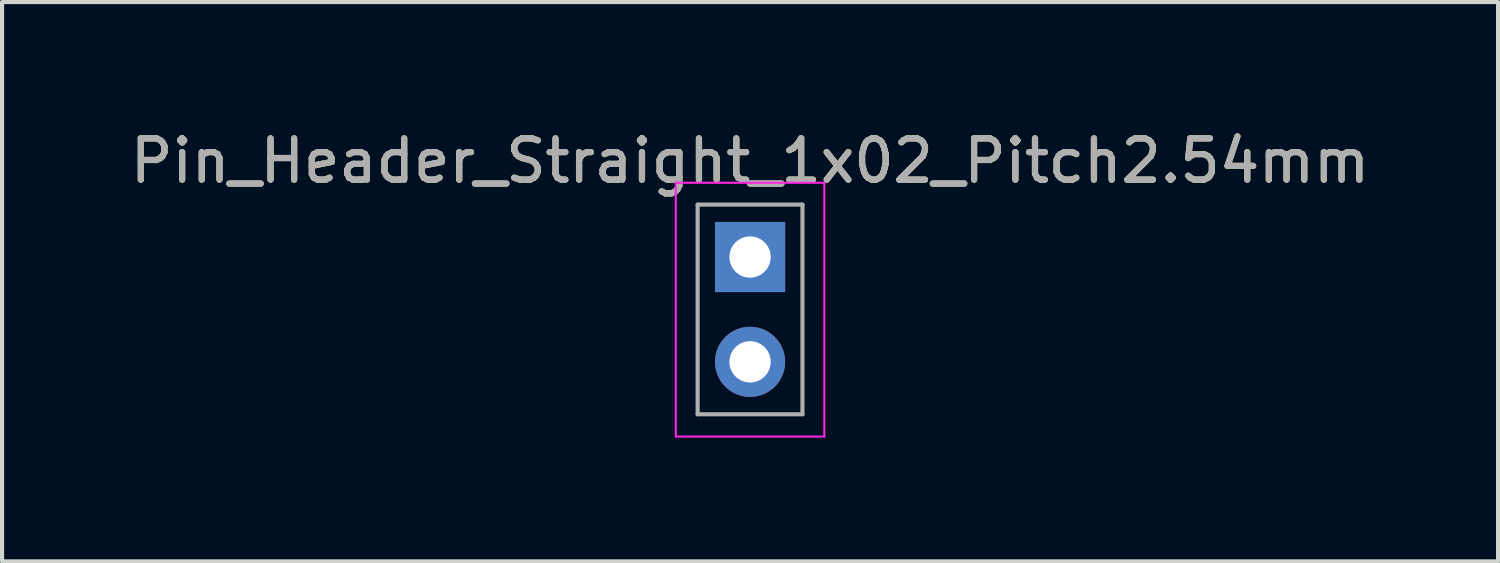
<source format=kicad_pcb>
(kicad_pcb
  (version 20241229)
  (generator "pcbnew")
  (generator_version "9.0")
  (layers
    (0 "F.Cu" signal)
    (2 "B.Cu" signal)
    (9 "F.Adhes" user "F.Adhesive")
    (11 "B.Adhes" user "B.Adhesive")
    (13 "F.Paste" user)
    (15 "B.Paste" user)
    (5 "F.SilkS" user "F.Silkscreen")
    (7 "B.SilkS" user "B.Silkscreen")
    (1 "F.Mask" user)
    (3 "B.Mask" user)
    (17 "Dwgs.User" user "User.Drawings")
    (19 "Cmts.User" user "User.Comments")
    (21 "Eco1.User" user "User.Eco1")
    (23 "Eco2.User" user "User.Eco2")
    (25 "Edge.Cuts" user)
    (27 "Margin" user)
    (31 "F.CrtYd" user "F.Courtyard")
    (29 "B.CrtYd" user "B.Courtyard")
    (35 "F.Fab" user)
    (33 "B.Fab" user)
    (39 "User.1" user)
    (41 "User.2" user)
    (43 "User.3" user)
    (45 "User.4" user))
  (footprint "Pin_Header_Straight_1x02_Pitch2.54mm"
    (layer "F.Cu")
    (at 15.125 3.178)
    (property "Reference" "Pin_Header_Straight_1x02_Pitch2.54mm" (at 0 -2.33 0) (layer "F.SilkS") (effects (font (size 1 1) (thickness 0.15))))
    (attr through_hole)
    (fp_line (start -1.8 -1.8) (end -1.8 4.35) (stroke (width 0.05) (type solid)) (layer "F.CrtYd"))
    (fp_line (start -1.8 4.35) (end 1.8 4.35) (stroke (width 0.05) (type solid)) (layer "F.CrtYd"))
    (fp_line (start 1.8 -1.8) (end -1.8 -1.8) (stroke (width 0.05) (type solid)) (layer "F.CrtYd"))
    (fp_line (start 1.8 4.35) (end 1.8 -1.8) (stroke (width 0.05) (type solid)) (layer "F.CrtYd"))
    (fp_line (start -1.27 -1.27) (end -1.27 3.81) (stroke (width 0.1) (type solid)) (layer "F.Fab"))
    (fp_line (start -1.27 3.81) (end 1.27 3.81) (stroke (width 0.1) (type solid)) (layer "F.Fab"))
    (fp_line (start 1.27 -1.27) (end -1.27 -1.27) (stroke (width 0.1) (type solid)) (layer "F.Fab"))
    (fp_line (start 1.27 3.81) (end 1.27 -1.27) (stroke (width 0.1) (type solid)) (layer "F.Fab"))
    (fp_text user "${REFERENCE}" (at 0 -2.33 0) (layer "F.Fab") (effects (font (size 1 1) (thickness 0.15))))
    (pad "1" thru_hole rect (at 0 0) (size 1.7 1.7) (drill 1) (layers "*.Cu" "*.Mask"))
    (pad "2" thru_hole oval (at 0 2.54) (size 1.7 1.7) (drill 1) (layers "*.Cu" "*.Mask")))
  (gr_rect
    (start -3 -3)
    (end 33.25 10.553)
    (stroke (width 0.1) (type default))
    (fill no)
    (layer "Edge.Cuts")))
</source>
